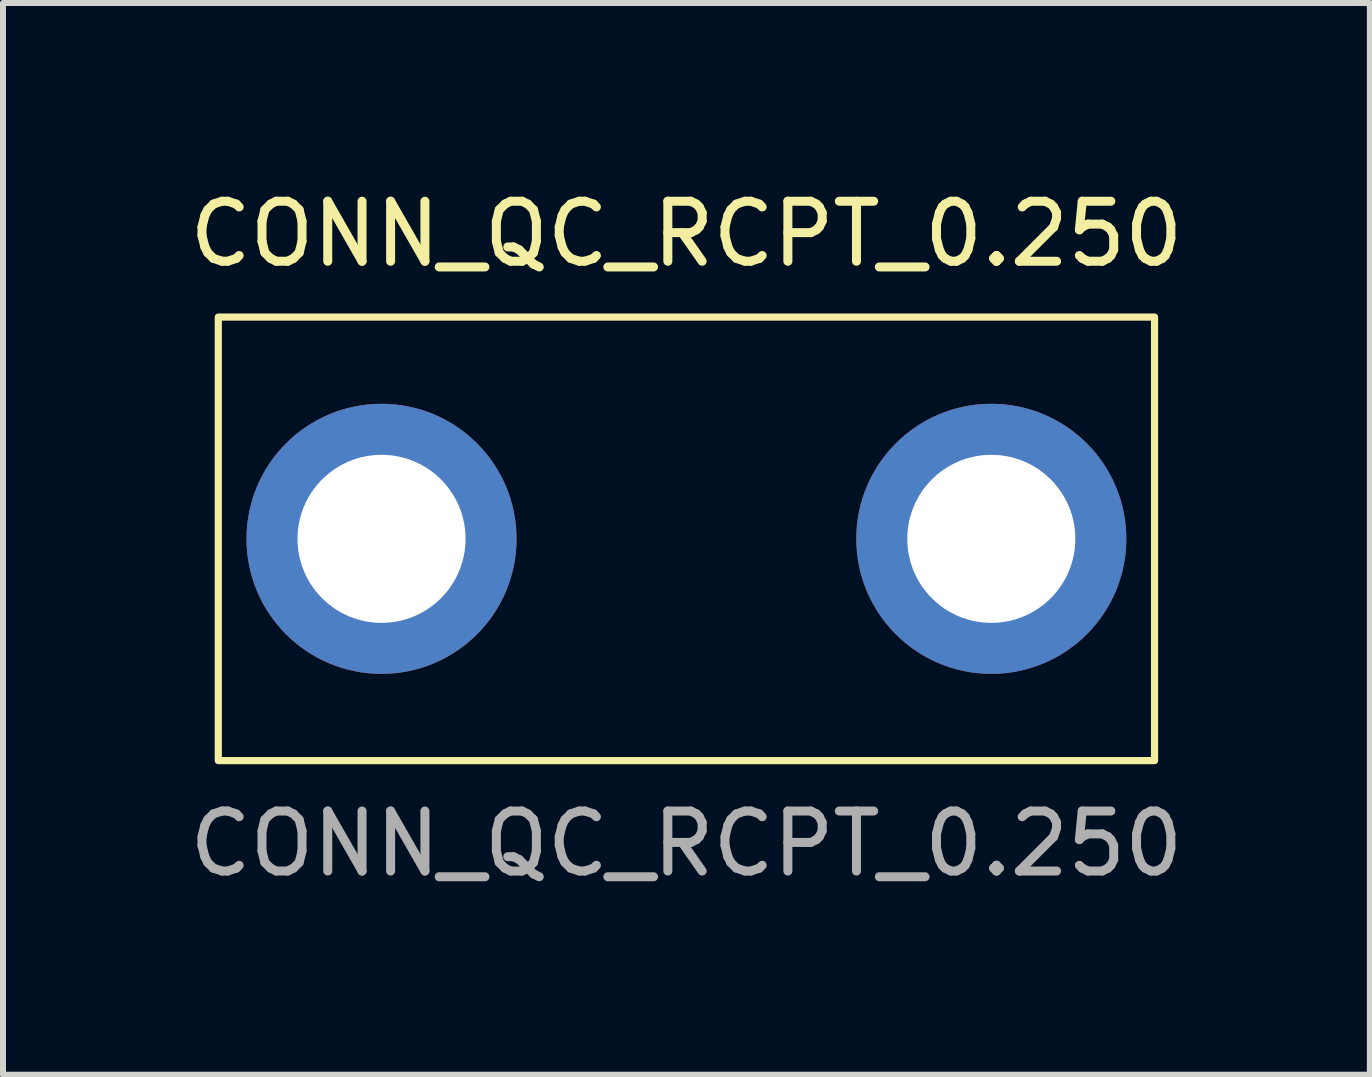
<source format=kicad_pcb>
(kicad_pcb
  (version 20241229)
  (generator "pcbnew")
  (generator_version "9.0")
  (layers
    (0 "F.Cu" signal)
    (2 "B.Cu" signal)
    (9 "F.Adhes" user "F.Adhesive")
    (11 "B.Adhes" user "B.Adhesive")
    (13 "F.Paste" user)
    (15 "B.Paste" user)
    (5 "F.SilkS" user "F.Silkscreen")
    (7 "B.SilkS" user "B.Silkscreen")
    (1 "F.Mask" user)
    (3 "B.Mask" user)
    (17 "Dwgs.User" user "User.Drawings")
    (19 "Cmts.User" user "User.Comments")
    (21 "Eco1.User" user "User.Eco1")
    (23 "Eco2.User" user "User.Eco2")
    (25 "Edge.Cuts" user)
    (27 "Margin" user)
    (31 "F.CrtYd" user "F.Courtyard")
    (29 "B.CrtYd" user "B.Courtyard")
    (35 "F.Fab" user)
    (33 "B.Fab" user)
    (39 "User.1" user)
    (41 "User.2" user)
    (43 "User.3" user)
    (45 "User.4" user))
  (footprint "CONN_QC_RCPT_0.250"
    (layer "F.Cu")
    (at 8.387 5.928)
    (property "Reference" "CONN_QC_RCPT_0.250" (at 0 -5.08 0) (unlocked yes) (layer "F.SilkS") (effects (font (size 1 1) (thickness 0.15))))
    (attr through_hole)
    (fp_rect (start -7.8 -3.695) (end 7.8 3.695) (stroke (width 0.12) (type solid)) (fill no) (layer "F.SilkS"))
    (fp_text user "${REFERENCE}" (at 0 5.08 0) (unlocked yes) (layer "F.Fab") (effects (font (size 1 1) (thickness 0.15))))
    (pad "1" thru_hole circle (at -5.08 0) (size 4.5 4.5) (drill 2.8) (layers "*.Cu" "*.Mask"))
    (pad "1" thru_hole circle (at 5.08 0) (size 4.5 4.5) (drill 2.8) (layers "*.Cu" "*.Mask")))
  (gr_rect
    (start -3 -3)
    (end 19.774 14.857)
    (stroke (width 0.1) (type default))
    (fill no)
    (layer "Edge.Cuts")))
</source>
